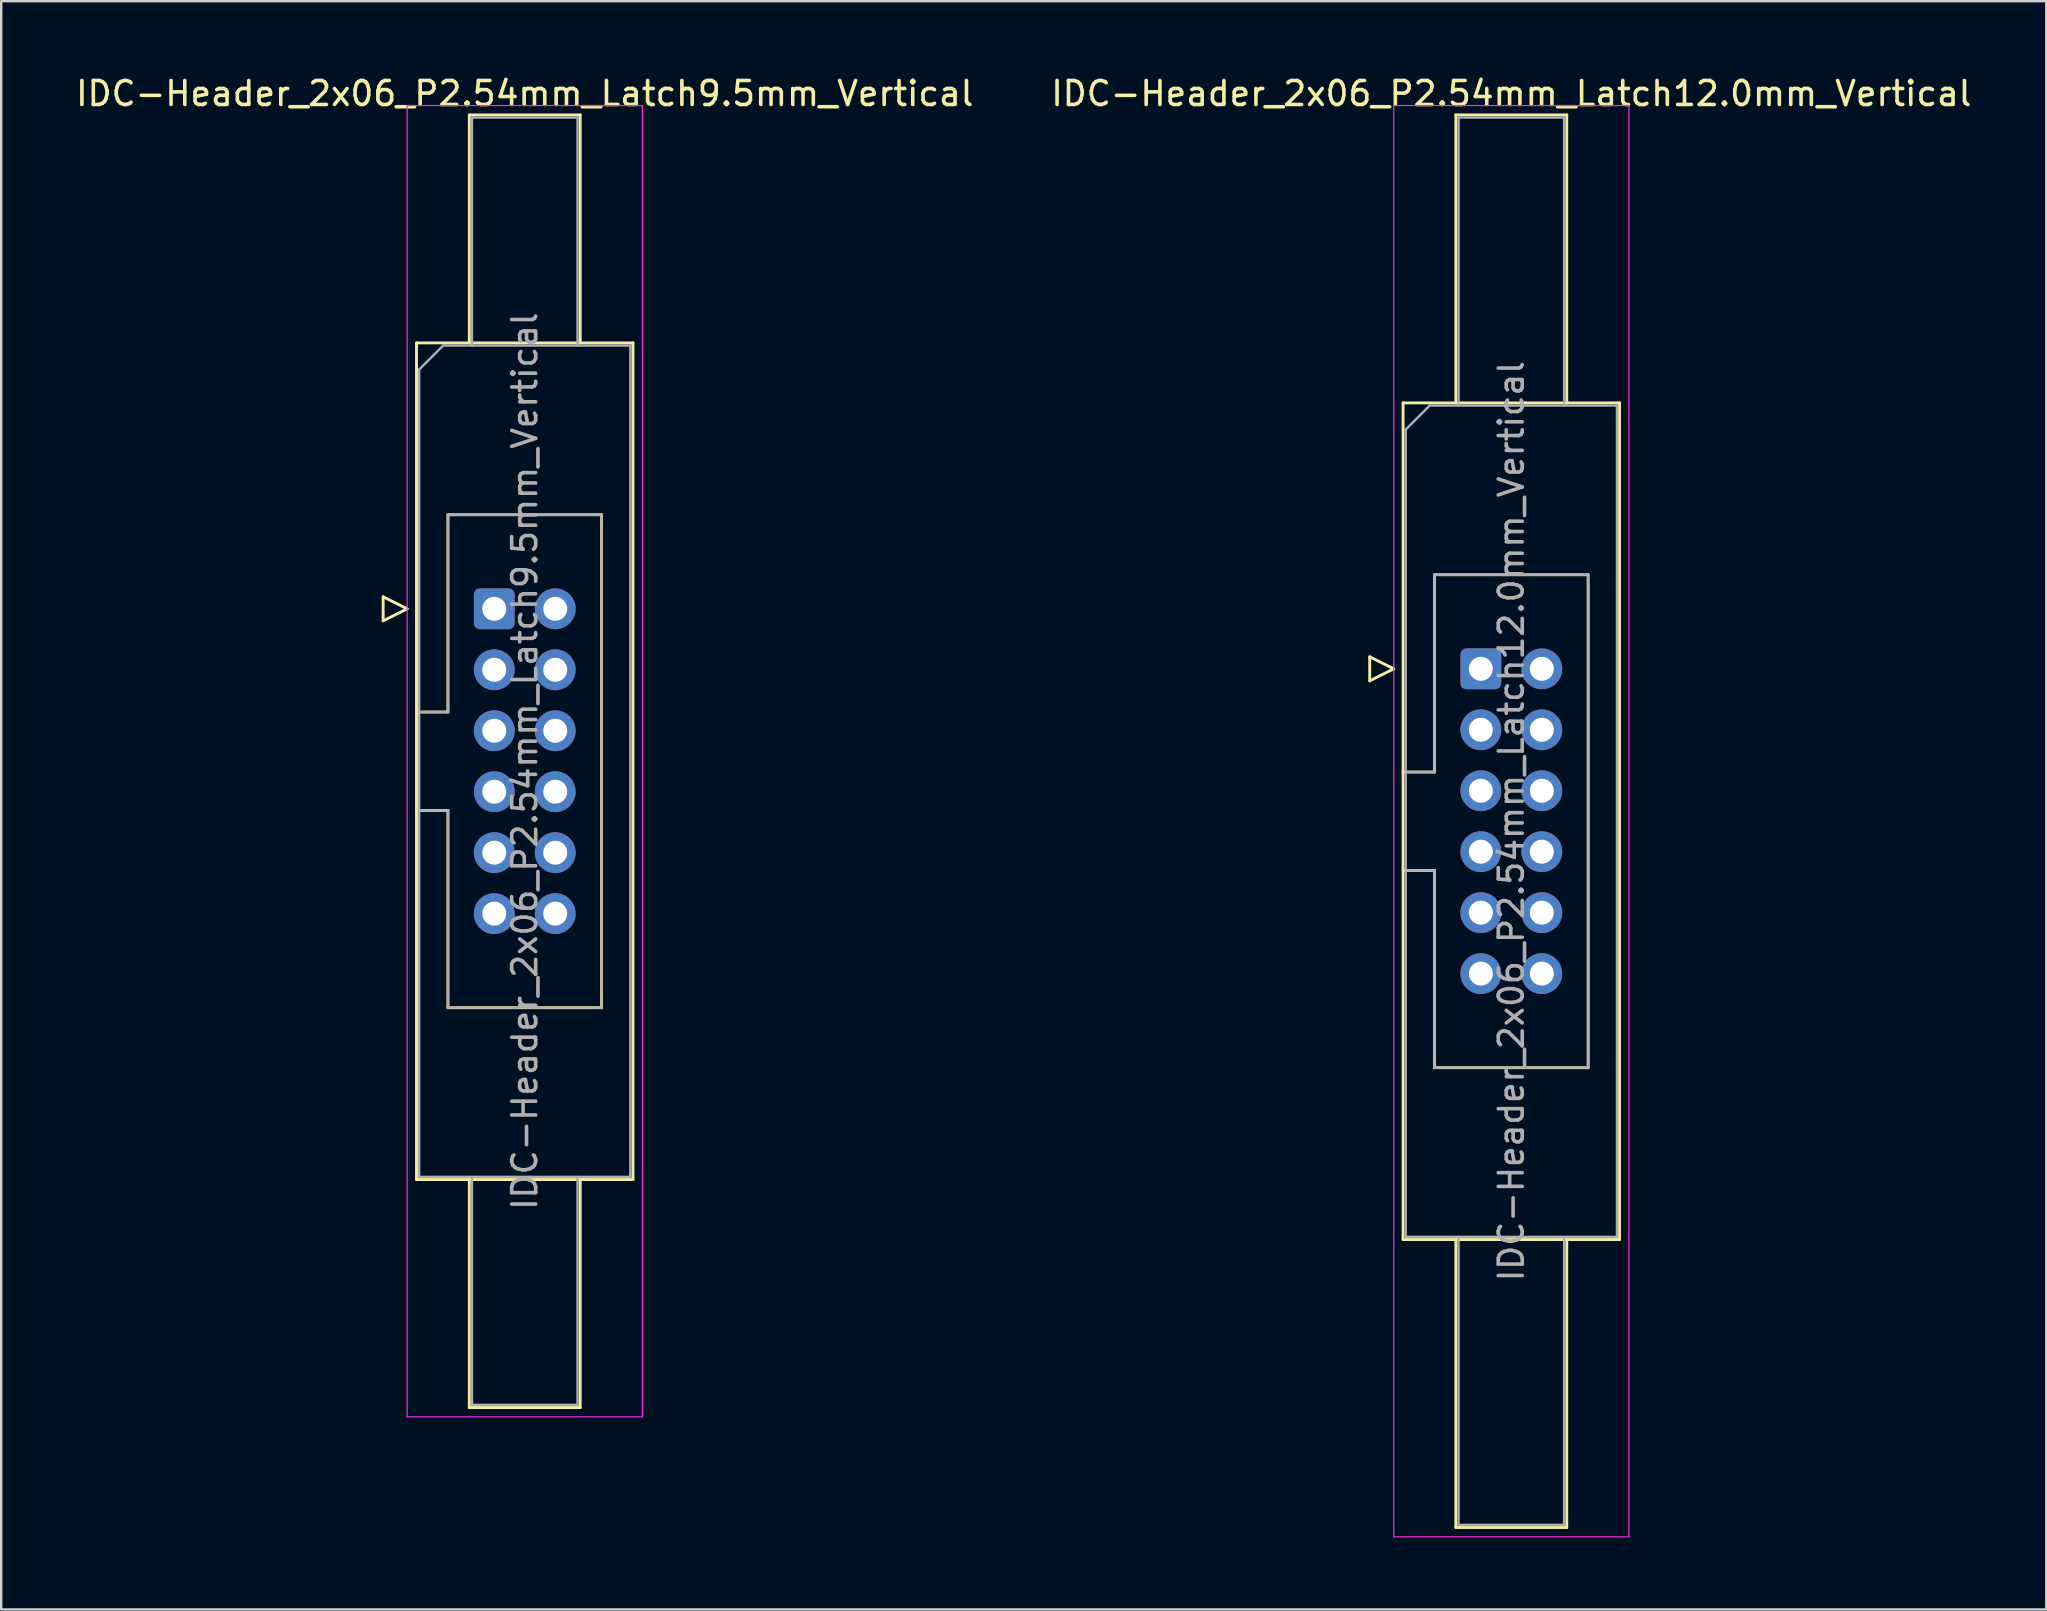
<source format=kicad_pcb>
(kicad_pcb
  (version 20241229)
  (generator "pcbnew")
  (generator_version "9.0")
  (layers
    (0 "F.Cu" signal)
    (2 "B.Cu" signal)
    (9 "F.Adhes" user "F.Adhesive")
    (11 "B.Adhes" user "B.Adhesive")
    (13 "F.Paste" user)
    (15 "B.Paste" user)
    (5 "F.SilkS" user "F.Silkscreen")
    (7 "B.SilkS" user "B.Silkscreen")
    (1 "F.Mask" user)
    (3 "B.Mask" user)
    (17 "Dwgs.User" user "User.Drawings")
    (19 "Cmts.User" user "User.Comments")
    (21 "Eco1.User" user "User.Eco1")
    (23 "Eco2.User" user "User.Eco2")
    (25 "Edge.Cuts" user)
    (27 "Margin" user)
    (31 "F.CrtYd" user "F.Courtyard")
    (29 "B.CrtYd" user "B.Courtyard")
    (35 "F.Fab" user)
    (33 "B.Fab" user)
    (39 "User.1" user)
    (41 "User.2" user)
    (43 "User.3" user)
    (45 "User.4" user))
  (footprint "IDC-Header_2x06_P2.54mm_Latch9.5mm_Vertical"
    (layer "F.Cu")
    (at 17.545 22.318)
    (property "Reference" "IDC-Header_2x06_P2.54mm_Latch9.5mm_Vertical" (at 1.27 -21.47 0) (layer "F.SilkS") (effects (font (size 1 1) (thickness 0.15))))
    (attr through_hole)
    (fp_line (start -4.63 -0.5) (end -4.63 0.5) (stroke (width 0.12) (type solid)) (layer "F.SilkS"))
    (fp_line (start -4.63 0.5) (end -3.63 0) (stroke (width 0.12) (type solid)) (layer "F.SilkS"))
    (fp_line (start -3.63 0) (end -4.63 -0.5) (stroke (width 0.12) (type solid)) (layer "F.SilkS"))
    (fp_line (start -3.24 -11.08) (end 5.78 -11.08) (stroke (width 0.12) (type solid)) (layer "F.SilkS"))
    (fp_line (start -3.24 4.3) (end -1.93 4.3) (stroke (width 0.12) (type solid)) (layer "F.SilkS"))
    (fp_line (start -3.24 23.78) (end -3.24 -11.08) (stroke (width 0.12) (type solid)) (layer "F.SilkS"))
    (fp_line (start -1.93 -3.92) (end 4.47 -3.92) (stroke (width 0.12) (type solid)) (layer "F.SilkS"))
    (fp_line (start -1.93 4.3) (end -1.93 -3.92) (stroke (width 0.12) (type solid)) (layer "F.SilkS"))
    (fp_line (start -1.93 8.4) (end -3.24 8.4) (stroke (width 0.12) (type solid)) (layer "F.SilkS"))
    (fp_line (start -1.93 8.4) (end -1.93 8.4) (stroke (width 0.12) (type solid)) (layer "F.SilkS"))
    (fp_line (start -1.93 16.62) (end -1.93 8.4) (stroke (width 0.12) (type solid)) (layer "F.SilkS"))
    (fp_line (start -1.04 -20.58) (end 3.58 -20.58) (stroke (width 0.12) (type solid)) (layer "F.SilkS"))
    (fp_line (start -1.04 -11.08) (end -1.04 -20.58) (stroke (width 0.12) (type solid)) (layer "F.SilkS"))
    (fp_line (start -1.04 23.78) (end -1.04 33.28) (stroke (width 0.12) (type solid)) (layer "F.SilkS"))
    (fp_line (start -1.04 33.28) (end 3.58 33.28) (stroke (width 0.12) (type solid)) (layer "F.SilkS"))
    (fp_line (start 3.58 -20.58) (end 3.58 -11.08) (stroke (width 0.12) (type solid)) (layer "F.SilkS"))
    (fp_line (start 3.58 33.28) (end 3.58 23.78) (stroke (width 0.12) (type solid)) (layer "F.SilkS"))
    (fp_line (start 4.47 -3.92) (end 4.47 16.62) (stroke (width 0.12) (type solid)) (layer "F.SilkS"))
    (fp_line (start 4.47 16.62) (end -1.93 16.62) (stroke (width 0.12) (type solid)) (layer "F.SilkS"))
    (fp_line (start 5.78 -11.08) (end 5.78 23.78) (stroke (width 0.12) (type solid)) (layer "F.SilkS"))
    (fp_line (start 5.78 23.78) (end -3.24 23.78) (stroke (width 0.12) (type solid)) (layer "F.SilkS"))
    (fp_line (start -3.63 -20.97) (end -3.63 33.67) (stroke (width 0.05) (type solid)) (layer "F.CrtYd"))
    (fp_line (start -3.63 33.67) (end 6.17 33.67) (stroke (width 0.05) (type solid)) (layer "F.CrtYd"))
    (fp_line (start 6.17 -20.97) (end -3.63 -20.97) (stroke (width 0.05) (type solid)) (layer "F.CrtYd"))
    (fp_line (start 6.17 33.67) (end 6.17 -20.97) (stroke (width 0.05) (type solid)) (layer "F.CrtYd"))
    (fp_line (start -3.13 -9.97) (end -2.13 -10.97) (stroke (width 0.1) (type solid)) (layer "F.Fab"))
    (fp_line (start -3.13 4.3) (end -1.93 4.3) (stroke (width 0.1) (type solid)) (layer "F.Fab"))
    (fp_line (start -3.13 23.67) (end -3.13 -9.97) (stroke (width 0.1) (type solid)) (layer "F.Fab"))
    (fp_line (start -2.13 -10.97) (end 5.67 -10.97) (stroke (width 0.1) (type solid)) (layer "F.Fab"))
    (fp_line (start -1.93 -3.92) (end 4.47 -3.92) (stroke (width 0.1) (type solid)) (layer "F.Fab"))
    (fp_line (start -1.93 4.3) (end -1.93 -3.92) (stroke (width 0.1) (type solid)) (layer "F.Fab"))
    (fp_line (start -1.93 8.4) (end -3.13 8.4) (stroke (width 0.1) (type solid)) (layer "F.Fab"))
    (fp_line (start -1.93 8.4) (end -1.93 8.4) (stroke (width 0.1) (type solid)) (layer "F.Fab"))
    (fp_line (start -1.93 16.62) (end -1.93 8.4) (stroke (width 0.1) (type solid)) (layer "F.Fab"))
    (fp_line (start -0.93 -20.47) (end 3.47 -20.47) (stroke (width 0.1) (type solid)) (layer "F.Fab"))
    (fp_line (start -0.93 -10.97) (end -0.93 -20.47) (stroke (width 0.1) (type solid)) (layer "F.Fab"))
    (fp_line (start -0.93 23.67) (end -0.93 33.17) (stroke (width 0.1) (type solid)) (layer "F.Fab"))
    (fp_line (start -0.93 33.17) (end 3.47 33.17) (stroke (width 0.1) (type solid)) (layer "F.Fab"))
    (fp_line (start 3.47 -20.47) (end 3.47 -10.97) (stroke (width 0.1) (type solid)) (layer "F.Fab"))
    (fp_line (start 3.47 33.17) (end 3.47 23.67) (stroke (width 0.1) (type solid)) (layer "F.Fab"))
    (fp_line (start 4.47 -3.92) (end 4.47 16.62) (stroke (width 0.1) (type solid)) (layer "F.Fab"))
    (fp_line (start 4.47 16.62) (end -1.93 16.62) (stroke (width 0.1) (type solid)) (layer "F.Fab"))
    (fp_line (start 5.67 -10.97) (end 5.67 23.67) (stroke (width 0.1) (type solid)) (layer "F.Fab"))
    (fp_line (start 5.67 23.67) (end -3.13 23.67) (stroke (width 0.1) (type solid)) (layer "F.Fab"))
    (fp_text user "${REFERENCE}" (at 1.27 6.35 90) (layer "F.Fab") (effects (font (size 1 1) (thickness 0.15))))
    (pad "1" thru_hole roundrect (at 0 0) (size 1.7 1.7) (drill 1) (layers "*.Cu" "*.Mask") (roundrect_rratio 0.147))
    (pad "2" thru_hole circle (at 2.54 0) (size 1.7 1.7) (drill 1) (layers "*.Cu" "*.Mask"))
    (pad "3" thru_hole circle (at 0 2.54) (size 1.7 1.7) (drill 1) (layers "*.Cu" "*.Mask"))
    (pad "4" thru_hole circle (at 2.54 2.54) (size 1.7 1.7) (drill 1) (layers "*.Cu" "*.Mask"))
    (pad "5" thru_hole circle (at 0 5.08) (size 1.7 1.7) (drill 1) (layers "*.Cu" "*.Mask"))
    (pad "6" thru_hole circle (at 2.54 5.08) (size 1.7 1.7) (drill 1) (layers "*.Cu" "*.Mask"))
    (pad "7" thru_hole circle (at 0 7.62) (size 1.7 1.7) (drill 1) (layers "*.Cu" "*.Mask"))
    (pad "8" thru_hole circle (at 2.54 7.62) (size 1.7 1.7) (drill 1) (layers "*.Cu" "*.Mask"))
    (pad "9" thru_hole circle (at 0 10.16) (size 1.7 1.7) (drill 1) (layers "*.Cu" "*.Mask"))
    (pad "10" thru_hole circle (at 2.54 10.16) (size 1.7 1.7) (drill 1) (layers "*.Cu" "*.Mask"))
    (pad "11" thru_hole circle (at 0 12.7) (size 1.7 1.7) (drill 1) (layers "*.Cu" "*.Mask"))
    (pad "12" thru_hole circle (at 2.54 12.7) (size 1.7 1.7) (drill 1) (layers "*.Cu" "*.Mask")))
  (footprint "IDC-Header_2x06_P2.54mm_Latch12.0mm_Vertical"
    (layer "F.Cu")
    (at 58.653 24.818)
    (property "Reference" "IDC-Header_2x06_P2.54mm_Latch12.0mm_Vertical" (at 1.27 -23.97 0) (layer "F.SilkS") (effects (font (size 1 1) (thickness 0.15))))
    (attr through_hole)
    (fp_line (start -4.63 -0.5) (end -4.63 0.5) (stroke (width 0.12) (type solid)) (layer "F.SilkS"))
    (fp_line (start -4.63 0.5) (end -3.63 0) (stroke (width 0.12) (type solid)) (layer "F.SilkS"))
    (fp_line (start -3.63 0) (end -4.63 -0.5) (stroke (width 0.12) (type solid)) (layer "F.SilkS"))
    (fp_line (start -3.24 -11.08) (end 5.78 -11.08) (stroke (width 0.12) (type solid)) (layer "F.SilkS"))
    (fp_line (start -3.24 4.3) (end -1.93 4.3) (stroke (width 0.12) (type solid)) (layer "F.SilkS"))
    (fp_line (start -3.24 23.78) (end -3.24 -11.08) (stroke (width 0.12) (type solid)) (layer "F.SilkS"))
    (fp_line (start -1.93 -3.92) (end 4.47 -3.92) (stroke (width 0.12) (type solid)) (layer "F.SilkS"))
    (fp_line (start -1.93 4.3) (end -1.93 -3.92) (stroke (width 0.12) (type solid)) (layer "F.SilkS"))
    (fp_line (start -1.93 8.4) (end -3.24 8.4) (stroke (width 0.12) (type solid)) (layer "F.SilkS"))
    (fp_line (start -1.93 8.4) (end -1.93 8.4) (stroke (width 0.12) (type solid)) (layer "F.SilkS"))
    (fp_line (start -1.93 16.62) (end -1.93 8.4) (stroke (width 0.12) (type solid)) (layer "F.SilkS"))
    (fp_line (start -1.04 -23.08) (end 3.58 -23.08) (stroke (width 0.12) (type solid)) (layer "F.SilkS"))
    (fp_line (start -1.04 -11.08) (end -1.04 -23.08) (stroke (width 0.12) (type solid)) (layer "F.SilkS"))
    (fp_line (start -1.04 23.78) (end -1.04 35.78) (stroke (width 0.12) (type solid)) (layer "F.SilkS"))
    (fp_line (start -1.04 35.78) (end 3.58 35.78) (stroke (width 0.12) (type solid)) (layer "F.SilkS"))
    (fp_line (start 3.58 -23.08) (end 3.58 -11.08) (stroke (width 0.12) (type solid)) (layer "F.SilkS"))
    (fp_line (start 3.58 35.78) (end 3.58 23.78) (stroke (width 0.12) (type solid)) (layer "F.SilkS"))
    (fp_line (start 4.47 -3.92) (end 4.47 16.62) (stroke (width 0.12) (type solid)) (layer "F.SilkS"))
    (fp_line (start 4.47 16.62) (end -1.93 16.62) (stroke (width 0.12) (type solid)) (layer "F.SilkS"))
    (fp_line (start 5.78 -11.08) (end 5.78 23.78) (stroke (width 0.12) (type solid)) (layer "F.SilkS"))
    (fp_line (start 5.78 23.78) (end -3.24 23.78) (stroke (width 0.12) (type solid)) (layer "F.SilkS"))
    (fp_line (start -3.63 -23.47) (end -3.63 36.17) (stroke (width 0.05) (type solid)) (layer "F.CrtYd"))
    (fp_line (start -3.63 36.17) (end 6.17 36.17) (stroke (width 0.05) (type solid)) (layer "F.CrtYd"))
    (fp_line (start 6.17 -23.47) (end -3.63 -23.47) (stroke (width 0.05) (type solid)) (layer "F.CrtYd"))
    (fp_line (start 6.17 36.17) (end 6.17 -23.47) (stroke (width 0.05) (type solid)) (layer "F.CrtYd"))
    (fp_line (start -3.13 -9.97) (end -2.13 -10.97) (stroke (width 0.1) (type solid)) (layer "F.Fab"))
    (fp_line (start -3.13 4.3) (end -1.93 4.3) (stroke (width 0.1) (type solid)) (layer "F.Fab"))
    (fp_line (start -3.13 23.67) (end -3.13 -9.97) (stroke (width 0.1) (type solid)) (layer "F.Fab"))
    (fp_line (start -2.13 -10.97) (end 5.67 -10.97) (stroke (width 0.1) (type solid)) (layer "F.Fab"))
    (fp_line (start -1.93 -3.92) (end 4.47 -3.92) (stroke (width 0.1) (type solid)) (layer "F.Fab"))
    (fp_line (start -1.93 4.3) (end -1.93 -3.92) (stroke (width 0.1) (type solid)) (layer "F.Fab"))
    (fp_line (start -1.93 8.4) (end -3.13 8.4) (stroke (width 0.1) (type solid)) (layer "F.Fab"))
    (fp_line (start -1.93 8.4) (end -1.93 8.4) (stroke (width 0.1) (type solid)) (layer "F.Fab"))
    (fp_line (start -1.93 16.62) (end -1.93 8.4) (stroke (width 0.1) (type solid)) (layer "F.Fab"))
    (fp_line (start -0.93 -22.97) (end 3.47 -22.97) (stroke (width 0.1) (type solid)) (layer "F.Fab"))
    (fp_line (start -0.93 -10.97) (end -0.93 -22.97) (stroke (width 0.1) (type solid)) (layer "F.Fab"))
    (fp_line (start -0.93 23.67) (end -0.93 35.67) (stroke (width 0.1) (type solid)) (layer "F.Fab"))
    (fp_line (start -0.93 35.67) (end 3.47 35.67) (stroke (width 0.1) (type solid)) (layer "F.Fab"))
    (fp_line (start 3.47 -22.97) (end 3.47 -10.97) (stroke (width 0.1) (type solid)) (layer "F.Fab"))
    (fp_line (start 3.47 35.67) (end 3.47 23.67) (stroke (width 0.1) (type solid)) (layer "F.Fab"))
    (fp_line (start 4.47 -3.92) (end 4.47 16.62) (stroke (width 0.1) (type solid)) (layer "F.Fab"))
    (fp_line (start 4.47 16.62) (end -1.93 16.62) (stroke (width 0.1) (type solid)) (layer "F.Fab"))
    (fp_line (start 5.67 -10.97) (end 5.67 23.67) (stroke (width 0.1) (type solid)) (layer "F.Fab"))
    (fp_line (start 5.67 23.67) (end -3.13 23.67) (stroke (width 0.1) (type solid)) (layer "F.Fab"))
    (fp_text user "${REFERENCE}" (at 1.27 6.35 90) (layer "F.Fab") (effects (font (size 1 1) (thickness 0.15))))
    (pad "1" thru_hole roundrect (at 0 0) (size 1.7 1.7) (drill 1) (layers "*.Cu" "*.Mask") (roundrect_rratio 0.147))
    (pad "2" thru_hole circle (at 2.54 0) (size 1.7 1.7) (drill 1) (layers "*.Cu" "*.Mask"))
    (pad "3" thru_hole circle (at 0 2.54) (size 1.7 1.7) (drill 1) (layers "*.Cu" "*.Mask"))
    (pad "4" thru_hole circle (at 2.54 2.54) (size 1.7 1.7) (drill 1) (layers "*.Cu" "*.Mask"))
    (pad "5" thru_hole circle (at 0 5.08) (size 1.7 1.7) (drill 1) (layers "*.Cu" "*.Mask"))
    (pad "6" thru_hole circle (at 2.54 5.08) (size 1.7 1.7) (drill 1) (layers "*.Cu" "*.Mask"))
    (pad "7" thru_hole circle (at 0 7.62) (size 1.7 1.7) (drill 1) (layers "*.Cu" "*.Mask"))
    (pad "8" thru_hole circle (at 2.54 7.62) (size 1.7 1.7) (drill 1) (layers "*.Cu" "*.Mask"))
    (pad "9" thru_hole circle (at 0 10.16) (size 1.7 1.7) (drill 1) (layers "*.Cu" "*.Mask"))
    (pad "10" thru_hole circle (at 2.54 10.16) (size 1.7 1.7) (drill 1) (layers "*.Cu" "*.Mask"))
    (pad "11" thru_hole circle (at 0 12.7) (size 1.7 1.7) (drill 1) (layers "*.Cu" "*.Mask"))
    (pad "12" thru_hole circle (at 2.54 12.7) (size 1.7 1.7) (drill 1) (layers "*.Cu" "*.Mask")))
  (gr_rect
    (start -3 -3)
    (end 82.214 64.013)
    (stroke (width 0.1) (type default))
    (fill no)
    (layer "Edge.Cuts")))
</source>
